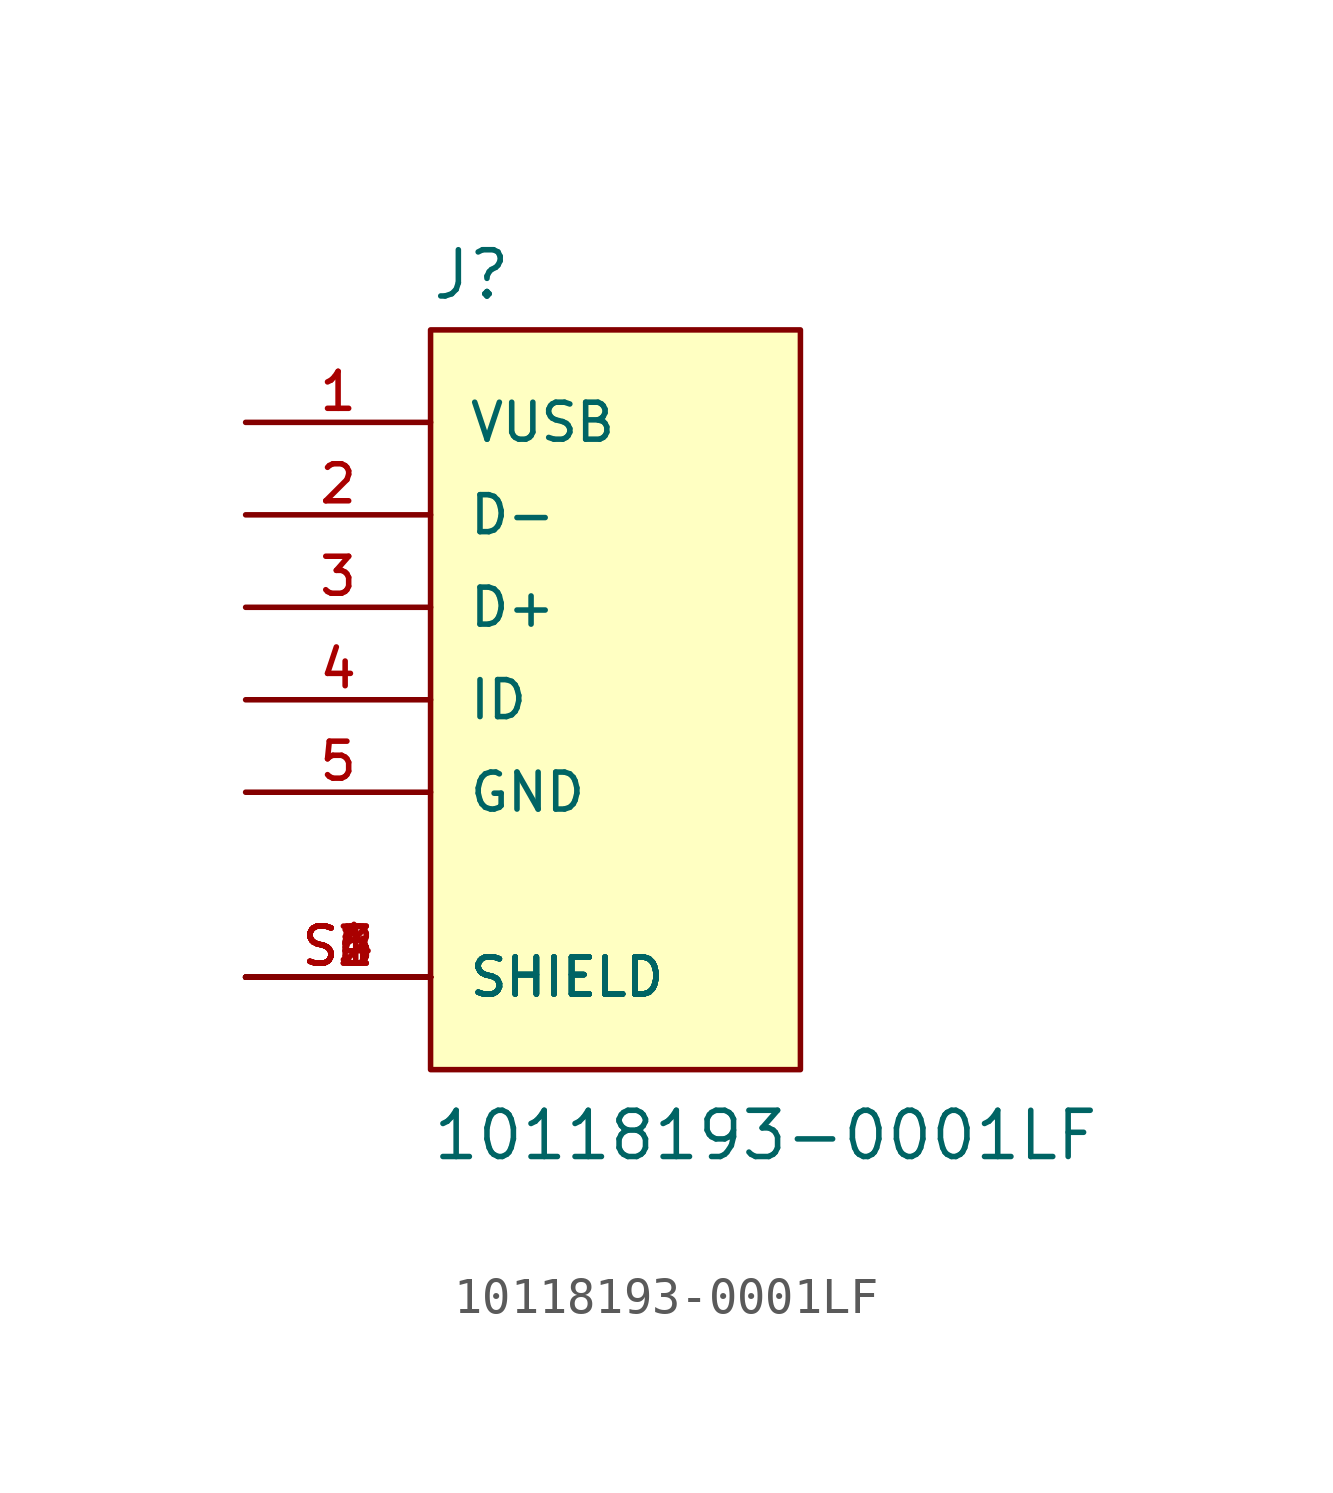
<source format=kicad_sym>
(kicad_symbol_lib
  (version 20211014)
  (generator kicad_symbol_editor)
  (symbol "10118193-0001LF"
    (pin_names
      (offset 1.016))
    (property "Reference" "J"
      (at -5.082 10.929 0)
      (effects (font (size 1.27 1.27)) (justify bottom left)))
    (property "Value" "10118193-0001LF"
      (at -5.082 -12.71 0)
      (effects (font (size 1.27 1.27)) (justify bottom left)))
    (symbol "10118193-0001LF_0_0"
      (rectangle (start -5.08 -10.16) (end 5.08 10.16) (stroke (width 0.152)) (fill (type background)))
      (pin passive line (at -10.16 7.62 0) (length 5.08) (name "VUSB" (effects (font (size 1.016 1.016)))) (number "1" (effects (font (size 1.016 1.016)))))
      (pin passive line (at -10.16 5.08 0) (length 5.08) (name "D-" (effects (font (size 1.016 1.016)))) (number "2" (effects (font (size 1.016 1.016)))))
      (pin passive line (at -10.16 2.54 0) (length 5.08) (name "D+" (effects (font (size 1.016 1.016)))) (number "3" (effects (font (size 1.016 1.016)))))
      (pin passive line (at -10.16 0.0 0) (length 5.08) (name "ID" (effects (font (size 1.016 1.016)))) (number "4" (effects (font (size 1.016 1.016)))))
      (pin passive line (at -10.16 -2.54 0) (length 5.08) (name "GND" (effects (font (size 1.016 1.016)))) (number "5" (effects (font (size 1.016 1.016)))))
      (pin passive line (at -10.16 -7.62 0) (length 5.08) (name "SHIELD" (effects (font (size 1.016 1.016)))) (number "S1" (effects (font (size 1.016 1.016)))))
      (pin passive line (at -10.16 -7.62 0) (length 5.08) (name "SHIELD" (effects (font (size 1.016 1.016)))) (number "S2" (effects (font (size 1.016 1.016)))))
      (pin passive line (at -10.16 -7.62 0) (length 5.08) (name "SHIELD" (effects (font (size 1.016 1.016)))) (number "S3" (effects (font (size 1.016 1.016)))))
      (pin passive line (at -10.16 -7.62 0) (length 5.08) (name "SHIELD" (effects (font (size 1.016 1.016)))) (number "S4" (effects (font (size 1.016 1.016)))))
      (pin passive line (at -10.16 -7.62 0) (length 5.08) (name "SHIELD" (effects (font (size 1.016 1.016)))) (number "S5" (effects (font (size 1.016 1.016)))))
      (pin passive line (at -10.16 -7.62 0) (length 5.08) (name "SHIELD" (effects (font (size 1.016 1.016)))) (number "S6" (effects (font (size 1.016 1.016))))))))
</source>
